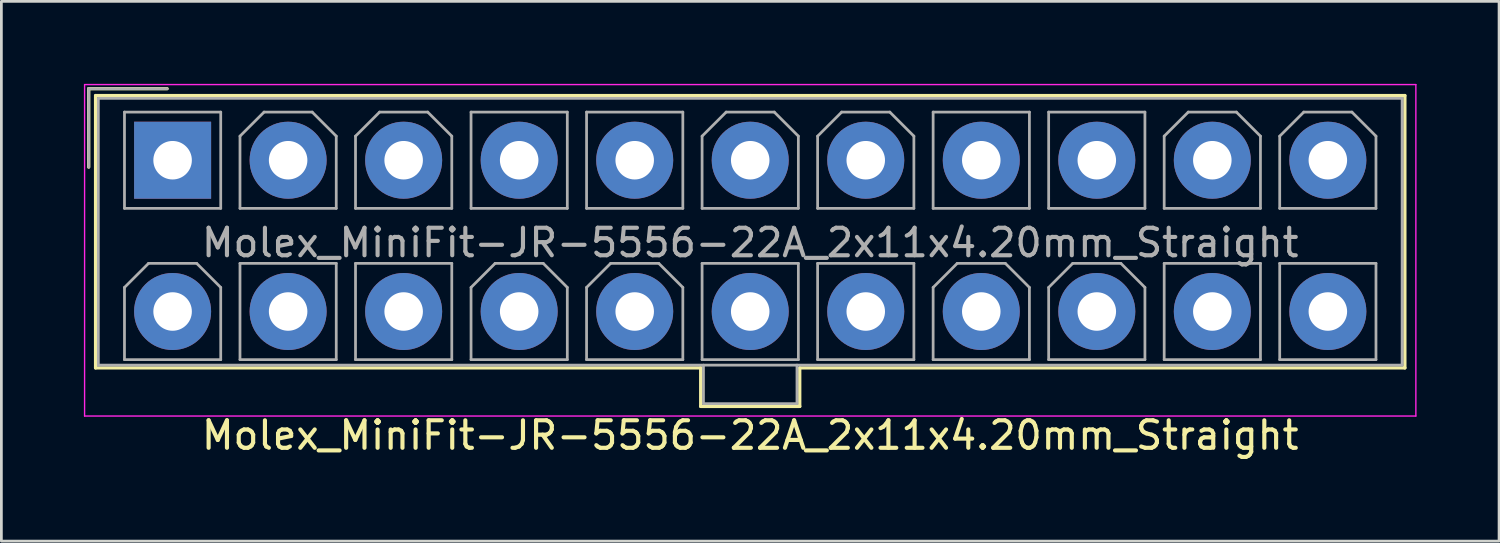
<source format=kicad_pcb>
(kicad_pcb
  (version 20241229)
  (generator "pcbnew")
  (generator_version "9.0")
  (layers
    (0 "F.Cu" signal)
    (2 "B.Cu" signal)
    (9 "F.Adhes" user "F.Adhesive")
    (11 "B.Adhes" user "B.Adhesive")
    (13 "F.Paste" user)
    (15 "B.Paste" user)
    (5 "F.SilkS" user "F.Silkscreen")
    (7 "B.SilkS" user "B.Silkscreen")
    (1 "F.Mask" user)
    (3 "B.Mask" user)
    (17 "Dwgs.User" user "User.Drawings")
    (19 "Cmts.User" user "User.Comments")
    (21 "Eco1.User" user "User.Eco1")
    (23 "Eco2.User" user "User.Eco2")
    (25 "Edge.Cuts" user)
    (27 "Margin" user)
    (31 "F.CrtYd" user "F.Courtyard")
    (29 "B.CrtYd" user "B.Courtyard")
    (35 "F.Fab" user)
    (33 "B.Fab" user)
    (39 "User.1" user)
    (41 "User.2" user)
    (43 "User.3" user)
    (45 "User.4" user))
  (footprint "Molex_MiniFit-JR-5556-22A_2x11x4.20mm_Straight"
    (layer "F.Cu")
    (at 3.225 2.775)
    (property "Reference" "Molex_MiniFit-JR-5556-22A_2x11x4.20mm_Straight" (at 21 10 0) (layer "F.SilkS") (effects (font (size 1 1) (thickness 0.15))))
    (attr through_hole)
    (fp_line (start -3.05 -2.6) (end -3.05 0.25) (stroke (width 0.12) (type solid)) (layer "F.SilkS"))
    (fp_line (start -2.8 -2.35) (end -2.8 7.55) (stroke (width 0.12) (type solid)) (layer "F.SilkS"))
    (fp_line (start -2.8 7.55) (end 19.2 7.55) (stroke (width 0.12) (type solid)) (layer "F.SilkS"))
    (fp_line (start -0.2 -2.6) (end -3.05 -2.6) (stroke (width 0.12) (type solid)) (layer "F.SilkS"))
    (fp_line (start 19.2 7.55) (end 19.2 8.95) (stroke (width 0.12) (type solid)) (layer "F.SilkS"))
    (fp_line (start 19.2 8.95) (end 21 8.95) (stroke (width 0.12) (type solid)) (layer "F.SilkS"))
    (fp_line (start 21 -2.35) (end -2.8 -2.35) (stroke (width 0.12) (type solid)) (layer "F.SilkS"))
    (fp_line (start 21 -2.35) (end 44.8 -2.35) (stroke (width 0.12) (type solid)) (layer "F.SilkS"))
    (fp_line (start 22.8 7.55) (end 22.8 8.95) (stroke (width 0.12) (type solid)) (layer "F.SilkS"))
    (fp_line (start 22.8 8.95) (end 21 8.95) (stroke (width 0.12) (type solid)) (layer "F.SilkS"))
    (fp_line (start 44.8 -2.35) (end 44.8 7.55) (stroke (width 0.12) (type solid)) (layer "F.SilkS"))
    (fp_line (start 44.8 7.55) (end 22.8 7.55) (stroke (width 0.12) (type solid)) (layer "F.SilkS"))
    (fp_line (start -3.2 -2.75) (end -3.2 9.3) (stroke (width 0.05) (type solid)) (layer "F.CrtYd"))
    (fp_line (start -3.2 9.3) (end 45.2 9.3) (stroke (width 0.05) (type solid)) (layer "F.CrtYd"))
    (fp_line (start 45.2 -2.75) (end -3.2 -2.75) (stroke (width 0.05) (type solid)) (layer "F.CrtYd"))
    (fp_line (start 45.2 9.3) (end 45.2 -2.75) (stroke (width 0.05) (type solid)) (layer "F.CrtYd"))
    (fp_line (start -3.05 -2.6) (end -3.05 0.25) (stroke (width 0.1) (type solid)) (layer "F.Fab"))
    (fp_line (start -2.7 -2.25) (end -2.7 7.45) (stroke (width 0.1) (type solid)) (layer "F.Fab"))
    (fp_line (start -2.7 7.45) (end 44.7 7.45) (stroke (width 0.1) (type solid)) (layer "F.Fab"))
    (fp_line (start -1.75 -1.75) (end -1.75 1.75) (stroke (width 0.1) (type solid)) (layer "F.Fab"))
    (fp_line (start -1.75 1.75) (end 1.75 1.75) (stroke (width 0.1) (type solid)) (layer "F.Fab"))
    (fp_line (start -1.75 4.625) (end -0.875 3.75) (stroke (width 0.1) (type solid)) (layer "F.Fab"))
    (fp_line (start -1.75 7.25) (end -1.75 4.625) (stroke (width 0.1) (type solid)) (layer "F.Fab"))
    (fp_line (start -0.875 3.75) (end 0.875 3.75) (stroke (width 0.1) (type solid)) (layer "F.Fab"))
    (fp_line (start -0.2 -2.6) (end -3.05 -2.6) (stroke (width 0.1) (type solid)) (layer "F.Fab"))
    (fp_line (start 0.875 3.75) (end 1.75 4.625) (stroke (width 0.1) (type solid)) (layer "F.Fab"))
    (fp_line (start 1.75 -1.75) (end -1.75 -1.75) (stroke (width 0.1) (type solid)) (layer "F.Fab"))
    (fp_line (start 1.75 1.75) (end 1.75 -1.75) (stroke (width 0.1) (type solid)) (layer "F.Fab"))
    (fp_line (start 1.75 4.625) (end 1.75 7.25) (stroke (width 0.1) (type solid)) (layer "F.Fab"))
    (fp_line (start 1.75 7.25) (end -1.75 7.25) (stroke (width 0.1) (type solid)) (layer "F.Fab"))
    (fp_line (start 2.45 -0.875) (end 3.325 -1.75) (stroke (width 0.1) (type solid)) (layer "F.Fab"))
    (fp_line (start 2.45 1.75) (end 2.45 -0.875) (stroke (width 0.1) (type solid)) (layer "F.Fab"))
    (fp_line (start 2.45 3.75) (end 2.45 7.25) (stroke (width 0.1) (type solid)) (layer "F.Fab"))
    (fp_line (start 2.45 7.25) (end 5.95 7.25) (stroke (width 0.1) (type solid)) (layer "F.Fab"))
    (fp_line (start 3.325 -1.75) (end 5.075 -1.75) (stroke (width 0.1) (type solid)) (layer "F.Fab"))
    (fp_line (start 5.075 -1.75) (end 5.95 -0.875) (stroke (width 0.1) (type solid)) (layer "F.Fab"))
    (fp_line (start 5.95 -0.875) (end 5.95 1.75) (stroke (width 0.1) (type solid)) (layer "F.Fab"))
    (fp_line (start 5.95 1.75) (end 2.45 1.75) (stroke (width 0.1) (type solid)) (layer "F.Fab"))
    (fp_line (start 5.95 3.75) (end 2.45 3.75) (stroke (width 0.1) (type solid)) (layer "F.Fab"))
    (fp_line (start 5.95 7.25) (end 5.95 3.75) (stroke (width 0.1) (type solid)) (layer "F.Fab"))
    (fp_line (start 6.65 -0.875) (end 7.525 -1.75) (stroke (width 0.1) (type solid)) (layer "F.Fab"))
    (fp_line (start 6.65 1.75) (end 6.65 -0.875) (stroke (width 0.1) (type solid)) (layer "F.Fab"))
    (fp_line (start 6.65 3.75) (end 6.65 7.25) (stroke (width 0.1) (type solid)) (layer "F.Fab"))
    (fp_line (start 6.65 7.25) (end 10.15 7.25) (stroke (width 0.1) (type solid)) (layer "F.Fab"))
    (fp_line (start 7.525 -1.75) (end 9.275 -1.75) (stroke (width 0.1) (type solid)) (layer "F.Fab"))
    (fp_line (start 9.275 -1.75) (end 10.15 -0.875) (stroke (width 0.1) (type solid)) (layer "F.Fab"))
    (fp_line (start 10.15 -0.875) (end 10.15 1.75) (stroke (width 0.1) (type solid)) (layer "F.Fab"))
    (fp_line (start 10.15 1.75) (end 6.65 1.75) (stroke (width 0.1) (type solid)) (layer "F.Fab"))
    (fp_line (start 10.15 3.75) (end 6.65 3.75) (stroke (width 0.1) (type solid)) (layer "F.Fab"))
    (fp_line (start 10.15 7.25) (end 10.15 3.75) (stroke (width 0.1) (type solid)) (layer "F.Fab"))
    (fp_line (start 10.85 -1.75) (end 10.85 1.75) (stroke (width 0.1) (type solid)) (layer "F.Fab"))
    (fp_line (start 10.85 1.75) (end 14.35 1.75) (stroke (width 0.1) (type solid)) (layer "F.Fab"))
    (fp_line (start 10.85 4.625) (end 11.725 3.75) (stroke (width 0.1) (type solid)) (layer "F.Fab"))
    (fp_line (start 10.85 7.25) (end 10.85 4.625) (stroke (width 0.1) (type solid)) (layer "F.Fab"))
    (fp_line (start 11.725 3.75) (end 13.475 3.75) (stroke (width 0.1) (type solid)) (layer "F.Fab"))
    (fp_line (start 13.475 3.75) (end 14.35 4.625) (stroke (width 0.1) (type solid)) (layer "F.Fab"))
    (fp_line (start 14.35 -1.75) (end 10.85 -1.75) (stroke (width 0.1) (type solid)) (layer "F.Fab"))
    (fp_line (start 14.35 1.75) (end 14.35 -1.75) (stroke (width 0.1) (type solid)) (layer "F.Fab"))
    (fp_line (start 14.35 4.625) (end 14.35 7.25) (stroke (width 0.1) (type solid)) (layer "F.Fab"))
    (fp_line (start 14.35 7.25) (end 10.85 7.25) (stroke (width 0.1) (type solid)) (layer "F.Fab"))
    (fp_line (start 15.05 -1.75) (end 15.05 1.75) (stroke (width 0.1) (type solid)) (layer "F.Fab"))
    (fp_line (start 15.05 1.75) (end 18.55 1.75) (stroke (width 0.1) (type solid)) (layer "F.Fab"))
    (fp_line (start 15.05 4.625) (end 15.925 3.75) (stroke (width 0.1) (type solid)) (layer "F.Fab"))
    (fp_line (start 15.05 7.25) (end 15.05 4.625) (stroke (width 0.1) (type solid)) (layer "F.Fab"))
    (fp_line (start 15.925 3.75) (end 17.675 3.75) (stroke (width 0.1) (type solid)) (layer "F.Fab"))
    (fp_line (start 17.675 3.75) (end 18.55 4.625) (stroke (width 0.1) (type solid)) (layer "F.Fab"))
    (fp_line (start 18.55 -1.75) (end 15.05 -1.75) (stroke (width 0.1) (type solid)) (layer "F.Fab"))
    (fp_line (start 18.55 1.75) (end 18.55 -1.75) (stroke (width 0.1) (type solid)) (layer "F.Fab"))
    (fp_line (start 18.55 4.625) (end 18.55 7.25) (stroke (width 0.1) (type solid)) (layer "F.Fab"))
    (fp_line (start 18.55 7.25) (end 15.05 7.25) (stroke (width 0.1) (type solid)) (layer "F.Fab"))
    (fp_line (start 19.25 -0.875) (end 20.125 -1.75) (stroke (width 0.1) (type solid)) (layer "F.Fab"))
    (fp_line (start 19.25 1.75) (end 19.25 -0.875) (stroke (width 0.1) (type solid)) (layer "F.Fab"))
    (fp_line (start 19.25 3.75) (end 19.25 7.25) (stroke (width 0.1) (type solid)) (layer "F.Fab"))
    (fp_line (start 19.25 7.25) (end 22.75 7.25) (stroke (width 0.1) (type solid)) (layer "F.Fab"))
    (fp_line (start 19.3 7.45) (end 19.3 8.85) (stroke (width 0.1) (type solid)) (layer "F.Fab"))
    (fp_line (start 19.3 8.85) (end 22.7 8.85) (stroke (width 0.1) (type solid)) (layer "F.Fab"))
    (fp_line (start 20.125 -1.75) (end 21.875 -1.75) (stroke (width 0.1) (type solid)) (layer "F.Fab"))
    (fp_line (start 21.875 -1.75) (end 22.75 -0.875) (stroke (width 0.1) (type solid)) (layer "F.Fab"))
    (fp_line (start 22.7 8.85) (end 22.7 7.45) (stroke (width 0.1) (type solid)) (layer "F.Fab"))
    (fp_line (start 22.75 -0.875) (end 22.75 1.75) (stroke (width 0.1) (type solid)) (layer "F.Fab"))
    (fp_line (start 22.75 1.75) (end 19.25 1.75) (stroke (width 0.1) (type solid)) (layer "F.Fab"))
    (fp_line (start 22.75 3.75) (end 19.25 3.75) (stroke (width 0.1) (type solid)) (layer "F.Fab"))
    (fp_line (start 22.75 7.25) (end 22.75 3.75) (stroke (width 0.1) (type solid)) (layer "F.Fab"))
    (fp_line (start 23.45 -0.875) (end 24.325 -1.75) (stroke (width 0.1) (type solid)) (layer "F.Fab"))
    (fp_line (start 23.45 1.75) (end 23.45 -0.875) (stroke (width 0.1) (type solid)) (layer "F.Fab"))
    (fp_line (start 23.45 3.75) (end 23.45 7.25) (stroke (width 0.1) (type solid)) (layer "F.Fab"))
    (fp_line (start 23.45 7.25) (end 26.95 7.25) (stroke (width 0.1) (type solid)) (layer "F.Fab"))
    (fp_line (start 24.325 -1.75) (end 26.075 -1.75) (stroke (width 0.1) (type solid)) (layer "F.Fab"))
    (fp_line (start 26.075 -1.75) (end 26.95 -0.875) (stroke (width 0.1) (type solid)) (layer "F.Fab"))
    (fp_line (start 26.95 -0.875) (end 26.95 1.75) (stroke (width 0.1) (type solid)) (layer "F.Fab"))
    (fp_line (start 26.95 1.75) (end 23.45 1.75) (stroke (width 0.1) (type solid)) (layer "F.Fab"))
    (fp_line (start 26.95 3.75) (end 23.45 3.75) (stroke (width 0.1) (type solid)) (layer "F.Fab"))
    (fp_line (start 26.95 7.25) (end 26.95 3.75) (stroke (width 0.1) (type solid)) (layer "F.Fab"))
    (fp_line (start 27.65 -1.75) (end 27.65 1.75) (stroke (width 0.1) (type solid)) (layer "F.Fab"))
    (fp_line (start 27.65 1.75) (end 31.15 1.75) (stroke (width 0.1) (type solid)) (layer "F.Fab"))
    (fp_line (start 27.65 4.625) (end 28.525 3.75) (stroke (width 0.1) (type solid)) (layer "F.Fab"))
    (fp_line (start 27.65 7.25) (end 27.65 4.625) (stroke (width 0.1) (type solid)) (layer "F.Fab"))
    (fp_line (start 28.525 3.75) (end 30.275 3.75) (stroke (width 0.1) (type solid)) (layer "F.Fab"))
    (fp_line (start 30.275 3.75) (end 31.15 4.625) (stroke (width 0.1) (type solid)) (layer "F.Fab"))
    (fp_line (start 31.15 -1.75) (end 27.65 -1.75) (stroke (width 0.1) (type solid)) (layer "F.Fab"))
    (fp_line (start 31.15 1.75) (end 31.15 -1.75) (stroke (width 0.1) (type solid)) (layer "F.Fab"))
    (fp_line (start 31.15 4.625) (end 31.15 7.25) (stroke (width 0.1) (type solid)) (layer "F.Fab"))
    (fp_line (start 31.15 7.25) (end 27.65 7.25) (stroke (width 0.1) (type solid)) (layer "F.Fab"))
    (fp_line (start 31.85 -1.75) (end 31.85 1.75) (stroke (width 0.1) (type solid)) (layer "F.Fab"))
    (fp_line (start 31.85 1.75) (end 35.35 1.75) (stroke (width 0.1) (type solid)) (layer "F.Fab"))
    (fp_line (start 31.85 4.625) (end 32.725 3.75) (stroke (width 0.1) (type solid)) (layer "F.Fab"))
    (fp_line (start 31.85 7.25) (end 31.85 4.625) (stroke (width 0.1) (type solid)) (layer "F.Fab"))
    (fp_line (start 32.725 3.75) (end 34.475 3.75) (stroke (width 0.1) (type solid)) (layer "F.Fab"))
    (fp_line (start 34.475 3.75) (end 35.35 4.625) (stroke (width 0.1) (type solid)) (layer "F.Fab"))
    (fp_line (start 35.35 -1.75) (end 31.85 -1.75) (stroke (width 0.1) (type solid)) (layer "F.Fab"))
    (fp_line (start 35.35 1.75) (end 35.35 -1.75) (stroke (width 0.1) (type solid)) (layer "F.Fab"))
    (fp_line (start 35.35 4.625) (end 35.35 7.25) (stroke (width 0.1) (type solid)) (layer "F.Fab"))
    (fp_line (start 35.35 7.25) (end 31.85 7.25) (stroke (width 0.1) (type solid)) (layer "F.Fab"))
    (fp_line (start 36.05 -0.875) (end 36.925 -1.75) (stroke (width 0.1) (type solid)) (layer "F.Fab"))
    (fp_line (start 36.05 1.75) (end 36.05 -0.875) (stroke (width 0.1) (type solid)) (layer "F.Fab"))
    (fp_line (start 36.05 3.75) (end 36.05 7.25) (stroke (width 0.1) (type solid)) (layer "F.Fab"))
    (fp_line (start 36.05 7.25) (end 39.55 7.25) (stroke (width 0.1) (type solid)) (layer "F.Fab"))
    (fp_line (start 36.925 -1.75) (end 38.675 -1.75) (stroke (width 0.1) (type solid)) (layer "F.Fab"))
    (fp_line (start 38.675 -1.75) (end 39.55 -0.875) (stroke (width 0.1) (type solid)) (layer "F.Fab"))
    (fp_line (start 39.55 -0.875) (end 39.55 1.75) (stroke (width 0.1) (type solid)) (layer "F.Fab"))
    (fp_line (start 39.55 1.75) (end 36.05 1.75) (stroke (width 0.1) (type solid)) (layer "F.Fab"))
    (fp_line (start 39.55 3.75) (end 36.05 3.75) (stroke (width 0.1) (type solid)) (layer "F.Fab"))
    (fp_line (start 39.55 7.25) (end 39.55 3.75) (stroke (width 0.1) (type solid)) (layer "F.Fab"))
    (fp_line (start 40.25 -0.875) (end 41.125 -1.75) (stroke (width 0.1) (type solid)) (layer "F.Fab"))
    (fp_line (start 40.25 1.75) (end 40.25 -0.875) (stroke (width 0.1) (type solid)) (layer "F.Fab"))
    (fp_line (start 40.25 3.75) (end 40.25 7.25) (stroke (width 0.1) (type solid)) (layer "F.Fab"))
    (fp_line (start 40.25 7.25) (end 43.75 7.25) (stroke (width 0.1) (type solid)) (layer "F.Fab"))
    (fp_line (start 41.125 -1.75) (end 42.875 -1.75) (stroke (width 0.1) (type solid)) (layer "F.Fab"))
    (fp_line (start 42.875 -1.75) (end 43.75 -0.875) (stroke (width 0.1) (type solid)) (layer "F.Fab"))
    (fp_line (start 43.75 -0.875) (end 43.75 1.75) (stroke (width 0.1) (type solid)) (layer "F.Fab"))
    (fp_line (start 43.75 1.75) (end 40.25 1.75) (stroke (width 0.1) (type solid)) (layer "F.Fab"))
    (fp_line (start 43.75 3.75) (end 40.25 3.75) (stroke (width 0.1) (type solid)) (layer "F.Fab"))
    (fp_line (start 43.75 7.25) (end 43.75 3.75) (stroke (width 0.1) (type solid)) (layer "F.Fab"))
    (fp_line (start 44.7 -2.25) (end -2.7 -2.25) (stroke (width 0.1) (type solid)) (layer "F.Fab"))
    (fp_line (start 44.7 7.45) (end 44.7 -2.25) (stroke (width 0.1) (type solid)) (layer "F.Fab"))
    (fp_text user "${REFERENCE}" (at 21 3 0) (layer "F.Fab") (effects (font (size 1 1) (thickness 0.15))))
    (pad "1" thru_hole rect (at 0 0) (size 2.8 2.8) (drill 1.4) (layers "*.Cu" "*.Mask"))
    (pad "2" thru_hole circle (at 4.2 0) (size 2.8 2.8) (drill 1.4) (layers "*.Cu" "*.Mask"))
    (pad "3" thru_hole circle (at 8.4 0) (size 2.8 2.8) (drill 1.4) (layers "*.Cu" "*.Mask"))
    (pad "4" thru_hole circle (at 12.6 0) (size 2.8 2.8) (drill 1.4) (layers "*.Cu" "*.Mask"))
    (pad "5" thru_hole circle (at 16.8 0) (size 2.8 2.8) (drill 1.4) (layers "*.Cu" "*.Mask"))
    (pad "6" thru_hole circle (at 21 0) (size 2.8 2.8) (drill 1.4) (layers "*.Cu" "*.Mask"))
    (pad "7" thru_hole circle (at 25.2 0) (size 2.8 2.8) (drill 1.4) (layers "*.Cu" "*.Mask"))
    (pad "8" thru_hole circle (at 29.4 0) (size 2.8 2.8) (drill 1.4) (layers "*.Cu" "*.Mask"))
    (pad "9" thru_hole circle (at 33.6 0) (size 2.8 2.8) (drill 1.4) (layers "*.Cu" "*.Mask"))
    (pad "10" thru_hole circle (at 37.8 0) (size 2.8 2.8) (drill 1.4) (layers "*.Cu" "*.Mask"))
    (pad "11" thru_hole circle (at 42 0) (size 2.8 2.8) (drill 1.4) (layers "*.Cu" "*.Mask"))
    (pad "12" thru_hole circle (at 0 5.5) (size 2.8 2.8) (drill 1.4) (layers "*.Cu" "*.Mask"))
    (pad "13" thru_hole circle (at 4.2 5.5) (size 2.8 2.8) (drill 1.4) (layers "*.Cu" "*.Mask"))
    (pad "14" thru_hole circle (at 8.4 5.5) (size 2.8 2.8) (drill 1.4) (layers "*.Cu" "*.Mask"))
    (pad "15" thru_hole circle (at 12.6 5.5) (size 2.8 2.8) (drill 1.4) (layers "*.Cu" "*.Mask"))
    (pad "16" thru_hole circle (at 16.8 5.5) (size 2.8 2.8) (drill 1.4) (layers "*.Cu" "*.Mask"))
    (pad "17" thru_hole circle (at 21 5.5) (size 2.8 2.8) (drill 1.4) (layers "*.Cu" "*.Mask"))
    (pad "18" thru_hole circle (at 25.2 5.5) (size 2.8 2.8) (drill 1.4) (layers "*.Cu" "*.Mask"))
    (pad "19" thru_hole circle (at 29.4 5.5) (size 2.8 2.8) (drill 1.4) (layers "*.Cu" "*.Mask"))
    (pad "20" thru_hole circle (at 33.6 5.5) (size 2.8 2.8) (drill 1.4) (layers "*.Cu" "*.Mask"))
    (pad "21" thru_hole circle (at 37.8 5.5) (size 2.8 2.8) (drill 1.4) (layers "*.Cu" "*.Mask"))
    (pad "22" thru_hole circle (at 42 5.5) (size 2.8 2.8) (drill 1.4) (layers "*.Cu" "*.Mask")))
  (gr_rect
    (start -3 -3)
    (end 51.45 16.623)
    (stroke (width 0.1) (type default))
    (fill no)
    (layer "Edge.Cuts")))
</source>
